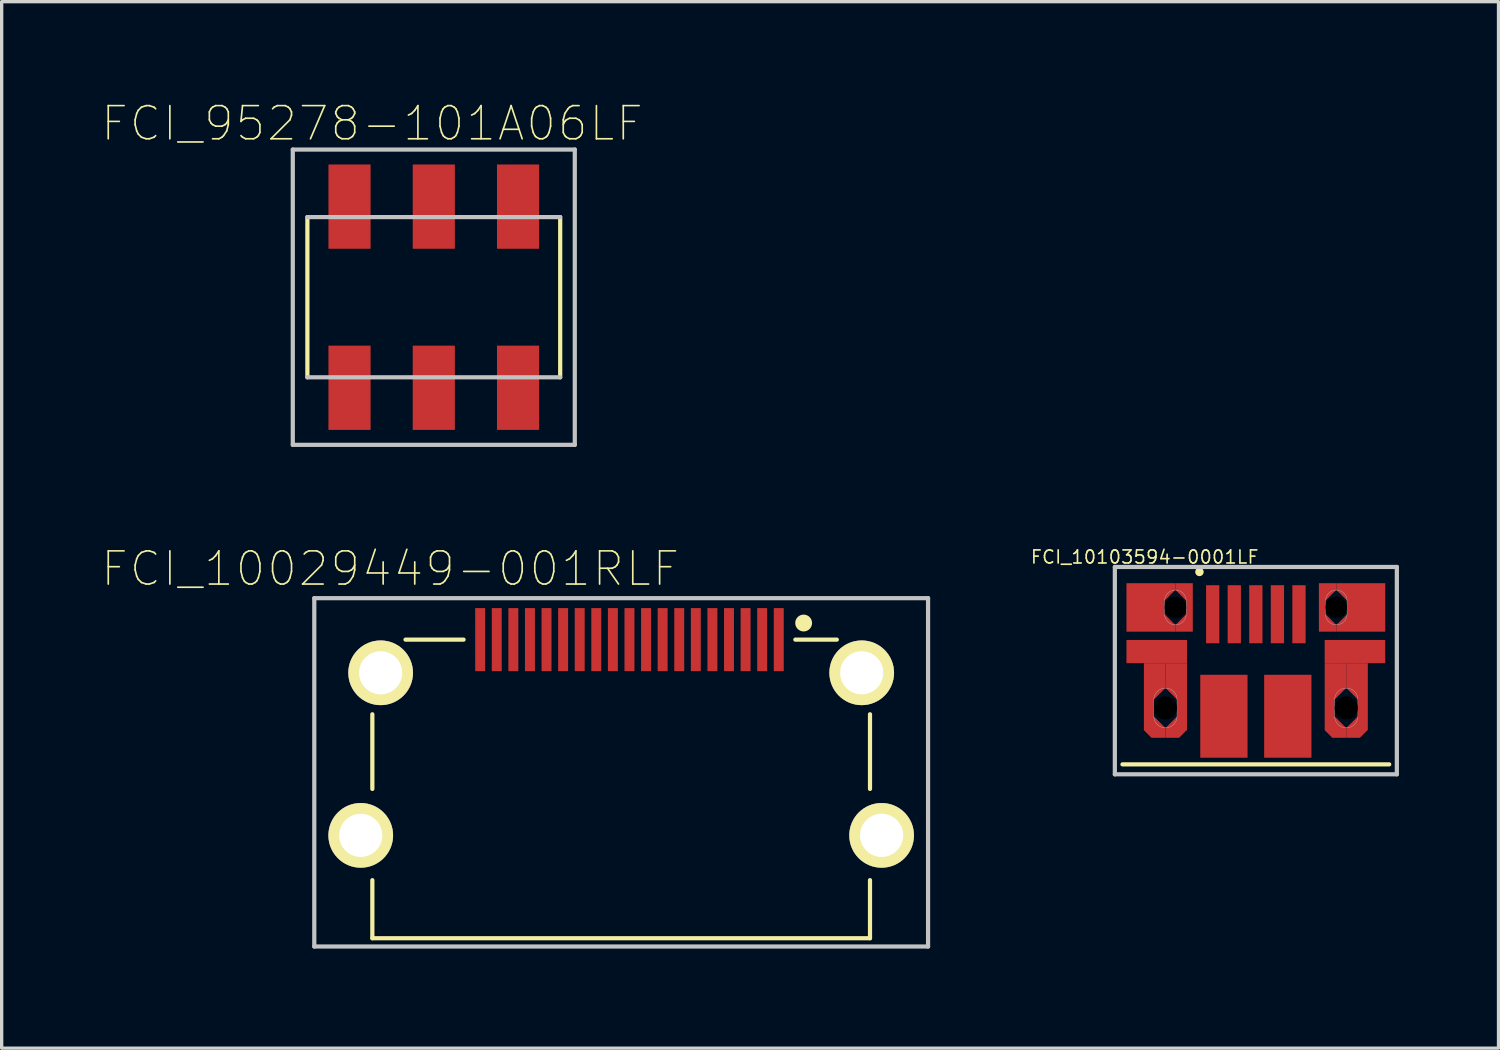
<source format=kicad_pcb>
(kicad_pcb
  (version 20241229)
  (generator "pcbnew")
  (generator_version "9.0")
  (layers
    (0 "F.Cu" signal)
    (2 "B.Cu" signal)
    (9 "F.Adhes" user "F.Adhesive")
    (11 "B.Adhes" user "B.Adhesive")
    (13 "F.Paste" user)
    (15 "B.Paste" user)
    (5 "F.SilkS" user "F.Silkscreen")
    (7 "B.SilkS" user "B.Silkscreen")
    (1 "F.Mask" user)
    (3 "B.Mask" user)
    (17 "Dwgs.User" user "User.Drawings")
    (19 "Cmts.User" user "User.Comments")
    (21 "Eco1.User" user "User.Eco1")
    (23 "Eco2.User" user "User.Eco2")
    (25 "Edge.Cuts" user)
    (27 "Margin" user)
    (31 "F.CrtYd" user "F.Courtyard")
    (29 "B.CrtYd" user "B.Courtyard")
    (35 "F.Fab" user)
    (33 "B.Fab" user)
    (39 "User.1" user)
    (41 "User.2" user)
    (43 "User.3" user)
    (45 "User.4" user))
  (footprint "FCI_10029449-001RLF"
    (layer "F.Cu")
    (at 15.673 16.229)
    (property "Reference" "FCI_10029449-001RLF" (at -6.96 -2.135 0) (layer "F.SilkS") (effects (font (size 1 1) (thickness 0.05))))
    (attr smd)
    (fp_line (start -7.5 4.5) (end -7.5 2.25) (stroke (width 0.127) (type solid)) (layer "F.SilkS"))
    (fp_line (start -7.5 9) (end -7.5 7.25) (stroke (width 0.127) (type solid)) (layer "F.SilkS"))
    (fp_line (start -6.5 0) (end -4.75 0) (stroke (width 0.127) (type solid)) (layer "F.SilkS"))
    (fp_line (start 5.25 0) (end 6.5 0) (stroke (width 0.127) (type solid)) (layer "F.SilkS"))
    (fp_line (start 7.5 2.25) (end 7.5 4.5) (stroke (width 0.127) (type solid)) (layer "F.SilkS"))
    (fp_line (start 7.5 7.25) (end 7.5 9) (stroke (width 0.127) (type solid)) (layer "F.SilkS"))
    (fp_line (start 7.5 9) (end -7.5 9) (stroke (width 0.127) (type solid)) (layer "F.SilkS"))
    (fp_circle (center 5.5 -0.5) (end 5.754 -0.5) (stroke (width 0) (type solid)) (fill yes) (layer "F.SilkS"))
    (fp_line (start -9.25 -1.25) (end 9.25 -1.25) (stroke (width 0.127) (type solid)) (layer "Dwgs.User"))
    (fp_line (start -9.25 9.25) (end -9.25 -1.25) (stroke (width 0.127) (type solid)) (layer "Dwgs.User"))
    (fp_line (start 9.25 -1.25) (end 9.25 9.25) (stroke (width 0.127) (type solid)) (layer "Dwgs.User"))
    (fp_line (start 9.25 9.25) (end -9.25 9.25) (stroke (width 0.127) (type solid)) (layer "Dwgs.User"))
    (pad "1" smd rect (at 4.75 0 90) (size 1.9 0.3) (layers "F.Cu" "F.Mask" "F.Paste"))
    (pad "2" smd rect (at 4.25 0 90) (size 1.9 0.3) (layers "F.Cu" "F.Mask" "F.Paste"))
    (pad "3" smd rect (at 3.75 0 90) (size 1.9 0.3) (layers "F.Cu" "F.Mask" "F.Paste"))
    (pad "4" smd rect (at 3.25 0 90) (size 1.9 0.3) (layers "F.Cu" "F.Mask" "F.Paste"))
    (pad "5" smd rect (at 2.75 0 90) (size 1.9 0.3) (layers "F.Cu" "F.Mask" "F.Paste"))
    (pad "6" smd rect (at 2.25 0 90) (size 1.9 0.3) (layers "F.Cu" "F.Mask" "F.Paste"))
    (pad "7" smd rect (at 1.75 0 90) (size 1.9 0.3) (layers "F.Cu" "F.Mask" "F.Paste"))
    (pad "8" smd rect (at 1.25 0 90) (size 1.9 0.3) (layers "F.Cu" "F.Mask" "F.Paste"))
    (pad "9" smd rect (at 0.75 0 90) (size 1.9 0.3) (layers "F.Cu" "F.Mask" "F.Paste"))
    (pad "10" smd rect (at 0.25 0 90) (size 1.9 0.3) (layers "F.Cu" "F.Mask" "F.Paste"))
    (pad "11" smd rect (at -0.25 0 90) (size 1.9 0.3) (layers "F.Cu" "F.Mask" "F.Paste"))
    (pad "12" smd rect (at -0.75 0 90) (size 1.9 0.3) (layers "F.Cu" "F.Mask" "F.Paste"))
    (pad "13" smd rect (at -1.25 0 90) (size 1.9 0.3) (layers "F.Cu" "F.Mask" "F.Paste"))
    (pad "14" smd rect (at -1.75 0 90) (size 1.9 0.3) (layers "F.Cu" "F.Mask" "F.Paste"))
    (pad "15" smd rect (at -2.25 0 90) (size 1.9 0.3) (layers "F.Cu" "F.Mask" "F.Paste"))
    (pad "16" smd rect (at -2.75 0 90) (size 1.9 0.3) (layers "F.Cu" "F.Mask" "F.Paste"))
    (pad "17" smd rect (at -3.25 0 90) (size 1.9 0.3) (layers "F.Cu" "F.Mask" "F.Paste"))
    (pad "18" smd rect (at -3.75 0 90) (size 1.9 0.3) (layers "F.Cu" "F.Mask" "F.Paste"))
    (pad "19" smd rect (at -4.25 0 90) (size 1.9 0.3) (layers "F.Cu" "F.Mask" "F.Paste"))
    (pad "P1" thru_hole circle (at 7.25 1) (size 1.95 1.95) (drill 1.3) (layers "*.Cu" "*.Mask" "F.SilkS"))
    (pad "P2" thru_hole circle (at -7.25 1) (size 1.95 1.95) (drill 1.3) (layers "*.Cu" "*.Mask" "F.SilkS"))
    (pad "P3" thru_hole circle (at -7.85 5.9) (size 1.95 1.95) (drill 1.3) (layers "*.Cu" "*.Mask" "F.SilkS"))
    (pad "P4" thru_hole circle (at 7.85 5.9) (size 1.95 1.95) (drill 1.3) (layers "*.Cu" "*.Mask" "F.SilkS")))
  (footprint "FCI_10103594-0001LF"
    (layer "F.Cu")
    (at 34.803 18.289)
    (property "Reference" "FCI_10103594-0001LF" (at -3.35 -4.55 0) (layer "F.SilkS") (effects (font (size 0.394 0.394) (thickness 0.05))))
    (attr smd)
    (fp_poly (pts (xy -3.375 -1.12) (xy -3.375 -1.35) (xy -3.135 -1.35) (xy -3.135 -1.12)) (stroke (width 0) (type solid)) (fill yes) (layer "F.Cu"))
    (fp_poly (pts (xy 2.075 -1.12) (xy 2.075 -1.35) (xy 2.315 -1.35) (xy 2.315 -1.12)) (stroke (width 0) (type solid)) (fill yes) (layer "F.Cu"))
    (fp_poly (pts (xy -2.425 -3.56) (xy -2.425 -3.76) (xy -3.9 -3.76) (xy -3.9 -2.3) (xy -2.425 -2.3) (xy -2.425 -2.5) (xy -2.755 -2.83) (xy -2.755 -3.03) (xy -2.755 -3.23)) (stroke (width 0) (type solid)) (fill yes) (layer "F.Cu"))
    (fp_poly (pts (xy -2.425 -3.56) (xy -2.425 -3.76) (xy -1.9 -3.76) (xy -1.9 -2.3) (xy -2.425 -2.3) (xy -2.425 -2.5) (xy -2.095 -2.83) (xy -2.095 -3.03) (xy -2.095 -3.23)) (stroke (width 0) (type solid)) (fill yes) (layer "F.Cu"))
    (fp_poly (pts (xy 2.425 -2.5) (xy 2.425 -2.3) (xy 1.9 -2.3) (xy 1.9 -3.76) (xy 2.425 -3.76) (xy 2.425 -3.56) (xy 2.095 -3.23) (xy 2.095 -3.03) (xy 2.095 -2.83)) (stroke (width 0) (type solid)) (fill yes) (layer "F.Cu"))
    (fp_poly (pts (xy 2.425 -2.5) (xy 2.425 -2.3) (xy 3.9 -2.3) (xy 3.9 -3.76) (xy 2.425 -3.76) (xy 2.425 -3.56) (xy 2.755 -3.23) (xy 2.755 -3.03) (xy 2.755 -2.83)) (stroke (width 0) (type solid)) (fill yes) (layer "F.Cu"))
    (fp_poly (pts (xy -2.725 -0.605) (xy -2.725 -1.35) (xy -2.075 -1.35) (xy -2.075 0.66) (xy -2.315 0.9) (xy -2.725 0.9) (xy -2.725 0.605) (xy -2.37 0.25) (xy -2.37 0) (xy -2.37 -0.25)) (stroke (width 0) (type solid)) (fill yes) (layer "F.Cu"))
    (fp_poly (pts (xy 2.725 -0.605) (xy 2.725 -1.35) (xy 3.375 -1.35) (xy 3.375 0.66) (xy 3.135 0.9) (xy 2.725 0.9) (xy 2.725 0.605) (xy 3.08 0.25) (xy 3.08 0) (xy 3.08 -0.25)) (stroke (width 0) (type solid)) (fill yes) (layer "F.Cu"))
    (fp_poly (pts (xy -2.725 0.605) (xy -2.725 0.9) (xy -3.135 0.9) (xy -3.145 0.9) (xy -3.375 0.67) (xy -3.375 -1.12) (xy -3.145 -1.35) (xy -3.14 -1.35) (xy -2.725 -1.35) (xy -2.725 -0.605) (xy -3.08 -0.25) (xy -3.08 0) (xy -3.08 0.25)) (stroke (width 0) (type solid)) (fill yes) (layer "F.Cu"))
    (fp_poly (pts (xy 2.725 0.605) (xy 2.725 0.9) (xy 2.315 0.9) (xy 2.305 0.9) (xy 2.075 0.67) (xy 2.075 -1.12) (xy 2.305 -1.35) (xy 2.31 -1.35) (xy 2.725 -1.35) (xy 2.725 -0.605) (xy 2.37 -0.25) (xy 2.37 0) (xy 2.37 0.25)) (stroke (width 0) (type solid)) (fill yes) (layer "F.Cu"))
    (fp_poly (pts (xy -4 -3.85) (xy -1.8 -3.85) (xy -1.8 -2.2) (xy -4 -2.2)) (stroke (width 0.381) (type solid)) (fill yes) (layer "F.Mask"))
    (fp_poly (pts (xy -3.475 -1.25) (xy -1.975 -1.25) (xy -1.975 1) (xy -3.475 1)) (stroke (width 0.381) (type solid)) (fill yes) (layer "F.Mask"))
    (fp_poly (pts (xy 1.8 -3.85) (xy 4 -3.85) (xy 4 -2.2) (xy 1.8 -2.2)) (stroke (width 0.381) (type solid)) (fill yes) (layer "F.Mask"))
    (fp_poly (pts (xy 1.975 -1.25) (xy 3.475 -1.25) (xy 3.475 1) (xy 1.975 1)) (stroke (width 0.381) (type solid)) (fill yes) (layer "F.Mask"))
    (fp_line (start -4.02 1.7) (end 4.02 1.7) (stroke (width 0.127) (type solid)) (layer "F.SilkS"))
    (fp_circle (center -1.7 -4.1) (end -1.573 -4.1) (stroke (width 0) (type solid)) (fill yes) (layer "F.SilkS"))
    (fp_poly (pts (xy -3.9 -3.76) (xy -1.9 -3.76) (xy -1.9 -2.3) (xy -3.9 -2.3)) (stroke (width 0.381) (type solid)) (fill yes) (layer "F.Paste"))
    (fp_poly (pts (xy -3.375 -1.35) (xy -2.075 -1.35) (xy -2.075 0.9) (xy -3.375 0.9)) (stroke (width 0.381) (type solid)) (fill yes) (layer "F.Paste"))
    (fp_poly (pts (xy 1.9 -3.76) (xy 3.9 -3.76) (xy 3.9 -2.3) (xy 1.9 -2.3)) (stroke (width 0.381) (type solid)) (fill yes) (layer "F.Paste"))
    (fp_poly (pts (xy 2.075 -1.35) (xy 3.375 -1.35) (xy 3.375 0.9) (xy 2.075 0.9)) (stroke (width 0.381) (type solid)) (fill yes) (layer "F.Paste"))
    (fp_line (start -4.25 -4.25) (end 4.25 -4.25) (stroke (width 0.127) (type solid)) (layer "Dwgs.User"))
    (fp_line (start -4.25 2) (end -4.25 -4.25) (stroke (width 0.127) (type solid)) (layer "Dwgs.User"))
    (fp_line (start -3.075 -0.25) (end -3.075 0.25) (stroke (width 0.01) (type solid)) (layer "Dwgs.User"))
    (fp_line (start -2.75 -2.83) (end -2.75 -3.23) (stroke (width 0.01) (type solid)) (layer "Dwgs.User"))
    (fp_line (start -2.375 0.25) (end -2.375 -0.25) (stroke (width 0.01) (type solid)) (layer "Dwgs.User"))
    (fp_line (start -2.1 -3.23) (end -2.1 -2.83) (stroke (width 0.01) (type solid)) (layer "Dwgs.User"))
    (fp_line (start 2.1 -3.23) (end 2.1 -2.83) (stroke (width 0.01) (type solid)) (layer "Dwgs.User"))
    (fp_line (start 2.375 0.25) (end 2.375 -0.25) (stroke (width 0.01) (type solid)) (layer "Dwgs.User"))
    (fp_line (start 2.75 -2.83) (end 2.75 -3.23) (stroke (width 0.01) (type solid)) (layer "Dwgs.User"))
    (fp_line (start 3.075 -0.25) (end 3.075 0.25) (stroke (width 0.01) (type solid)) (layer "Dwgs.User"))
    (fp_line (start 4.25 -4.25) (end 4.25 2) (stroke (width 0.127) (type solid)) (layer "Dwgs.User"))
    (fp_line (start 4.25 2) (end -4.25 2) (stroke (width 0.127) (type solid)) (layer "Dwgs.User"))
    (fp_arc (start -3.075 -0.25) (mid -2.972487 -0.497487) (end -2.725 -0.6) (stroke (width 0.01) (type solid)) (layer "Dwgs.User"))
    (fp_arc (start -2.75 -3.23) (mid -2.65481 -3.45981) (end -2.425 -3.555) (stroke (width 0.01) (type solid)) (layer "Dwgs.User"))
    (fp_arc (start -2.725 -0.6) (mid -2.477513 -0.497487) (end -2.375 -0.25) (stroke (width 0.01) (type solid)) (layer "Dwgs.User"))
    (fp_arc (start -2.725 0.6) (mid -2.972487 0.497487) (end -3.075 0.25) (stroke (width 0.01) (type solid)) (layer "Dwgs.User"))
    (fp_arc (start -2.425 -3.555) (mid -2.19519 -3.45981) (end -2.1 -3.23) (stroke (width 0.01) (type solid)) (layer "Dwgs.User"))
    (fp_arc (start -2.425 -2.505) (mid -2.65481 -2.60019) (end -2.75 -2.83) (stroke (width 0.01) (type solid)) (layer "Dwgs.User"))
    (fp_arc (start -2.375 0.25) (mid -2.477513 0.497487) (end -2.725 0.6) (stroke (width 0.01) (type solid)) (layer "Dwgs.User"))
    (fp_arc (start -2.1 -2.83) (mid -2.19519 -2.60019) (end -2.425 -2.505) (stroke (width 0.01) (type solid)) (layer "Dwgs.User"))
    (fp_arc (start 2.1 -3.23) (mid 2.19519 -3.45981) (end 2.425 -3.555) (stroke (width 0.01) (type solid)) (layer "Dwgs.User"))
    (fp_arc (start 2.375 -0.25) (mid 2.477513 -0.497487) (end 2.725 -0.6) (stroke (width 0.01) (type solid)) (layer "Dwgs.User"))
    (fp_arc (start 2.425 -3.555) (mid 2.65481 -3.45981) (end 2.75 -3.23) (stroke (width 0.01) (type solid)) (layer "Dwgs.User"))
    (fp_arc (start 2.425 -2.505) (mid 2.19519 -2.60019) (end 2.1 -2.83) (stroke (width 0.01) (type solid)) (layer "Dwgs.User"))
    (fp_arc (start 2.725 -0.6) (mid 2.972487 -0.497487) (end 3.075 -0.25) (stroke (width 0.01) (type solid)) (layer "Dwgs.User"))
    (fp_arc (start 2.725 0.6) (mid 2.477513 0.497487) (end 2.375 0.25) (stroke (width 0.01) (type solid)) (layer "Dwgs.User"))
    (fp_arc (start 2.75 -2.83) (mid 2.65481 -2.60019) (end 2.425 -2.505) (stroke (width 0.01) (type solid)) (layer "Dwgs.User"))
    (fp_arc (start 3.075 0.25) (mid 2.972487 0.497487) (end 2.725 0.6) (stroke (width 0.01) (type solid)) (layer "Dwgs.User"))
    (pad "" np_thru_hole circle (at -2.725 0) (size 0.7 0.7) (drill 0.7) (layers))
    (pad "" np_thru_hole circle (at -2.425 -3.03) (size 0.65 0.65) (drill 0.65) (layers))
    (pad "" np_thru_hole circle (at 2.425 -3.03) (size 0.65 0.65) (drill 0.65) (layers))
    (pad "" np_thru_hole circle (at 2.725 0) (size 0.7 0.7) (drill 0.7) (layers))
    (pad "1" smd rect (at -1.3 -2.825 90) (size 1.75 0.4) (layers "F.Cu" "F.Mask" "F.Paste"))
    (pad "2" smd rect (at -0.65 -2.825 90) (size 1.75 0.4) (layers "F.Cu" "F.Mask" "F.Paste"))
    (pad "3" smd rect (at 0 -2.825 90) (size 1.75 0.4) (layers "F.Cu" "F.Mask" "F.Paste"))
    (pad "4" smd rect (at 0.65 -2.825 90) (size 1.75 0.4) (layers "F.Cu" "F.Mask" "F.Paste"))
    (pad "5" smd rect (at 1.3 -2.825 90) (size 1.75 0.4) (layers "F.Cu" "F.Mask" "F.Paste"))
    (pad "P1" smd rect (at -3.7 -3) (size 0.1 0.1) (layers "F.Cu" "F.Mask" "F.Paste"))
    (pad "P2" smd rect (at 3.7 -3) (size 0.1 0.1) (layers "F.Cu" "F.Mask" "F.Paste"))
    (pad "P3" smd rect (at -2.987 -1.7) (size 1.825 0.7) (layers "F.Cu" "F.Mask" "F.Paste"))
    (pad "P4" smd rect (at 2.987 -1.7) (size 1.825 0.7) (layers "F.Cu" "F.Mask" "F.Paste"))
    (pad "P5" smd rect (at -0.963 0.25 90) (size 2.5 1.425) (layers "F.Cu" "F.Mask" "F.Paste"))
    (pad "P6" smd rect (at 0.963 0.25 90) (size 2.5 1.425) (layers "F.Cu" "F.Mask" "F.Paste")))
  (footprint "FCI_95278-101A06LF"
    (layer "F.Cu")
    (at 10.025 5.908)
    (property "Reference" "FCI_95278-101A06LF" (at -1.86 -5.235 0) (layer "F.SilkS") (effects (font (size 1 1) (thickness 0.05))))
    (attr smd)
    (fp_line (start -3.81 2.415) (end -3.81 -2.415) (stroke (width 0.127) (type solid)) (layer "F.SilkS"))
    (fp_line (start 3.81 -2.415) (end 3.81 2.415) (stroke (width 0.127) (type solid)) (layer "F.SilkS"))
    (fp_line (start -4.25 -4.45) (end 4.25 -4.45) (stroke (width 0.127) (type solid)) (layer "Dwgs.User"))
    (fp_line (start -4.25 4.45) (end -4.25 -4.45) (stroke (width 0.127) (type solid)) (layer "Dwgs.User"))
    (fp_line (start -3.81 -2.415) (end 3.81 -2.415) (stroke (width 0.127) (type solid)) (layer "Dwgs.User"))
    (fp_line (start 3.81 2.415) (end -3.81 2.415) (stroke (width 0.127) (type solid)) (layer "Dwgs.User"))
    (fp_line (start 4.25 -4.45) (end 4.25 4.45) (stroke (width 0.127) (type solid)) (layer "Dwgs.User"))
    (fp_line (start 4.25 4.45) (end -4.25 4.45) (stroke (width 0.127) (type solid)) (layer "Dwgs.User"))
    (pad "1" smd rect (at -2.54 2.73) (size 1.27 2.54) (layers "F.Cu" "F.Mask" "F.Paste"))
    (pad "2" smd rect (at -2.54 -2.73) (size 1.27 2.54) (layers "F.Cu" "F.Mask" "F.Paste"))
    (pad "3" smd rect (at 0 2.73) (size 1.27 2.54) (layers "F.Cu" "F.Mask" "F.Paste"))
    (pad "4" smd rect (at 0 -2.73) (size 1.27 2.54) (layers "F.Cu" "F.Mask" "F.Paste"))
    (pad "5" smd rect (at 2.54 2.73) (size 1.27 2.54) (layers "F.Cu" "F.Mask" "F.Paste"))
    (pad "6" smd rect (at 2.54 -2.73) (size 1.27 2.54) (layers "F.Cu" "F.Mask" "F.Paste")))
  (gr_rect
    (start -3 -3)
    (end 42.117 28.543)
    (stroke (width 0.1) (type default))
    (fill no)
    (layer "Edge.Cuts")))
</source>
